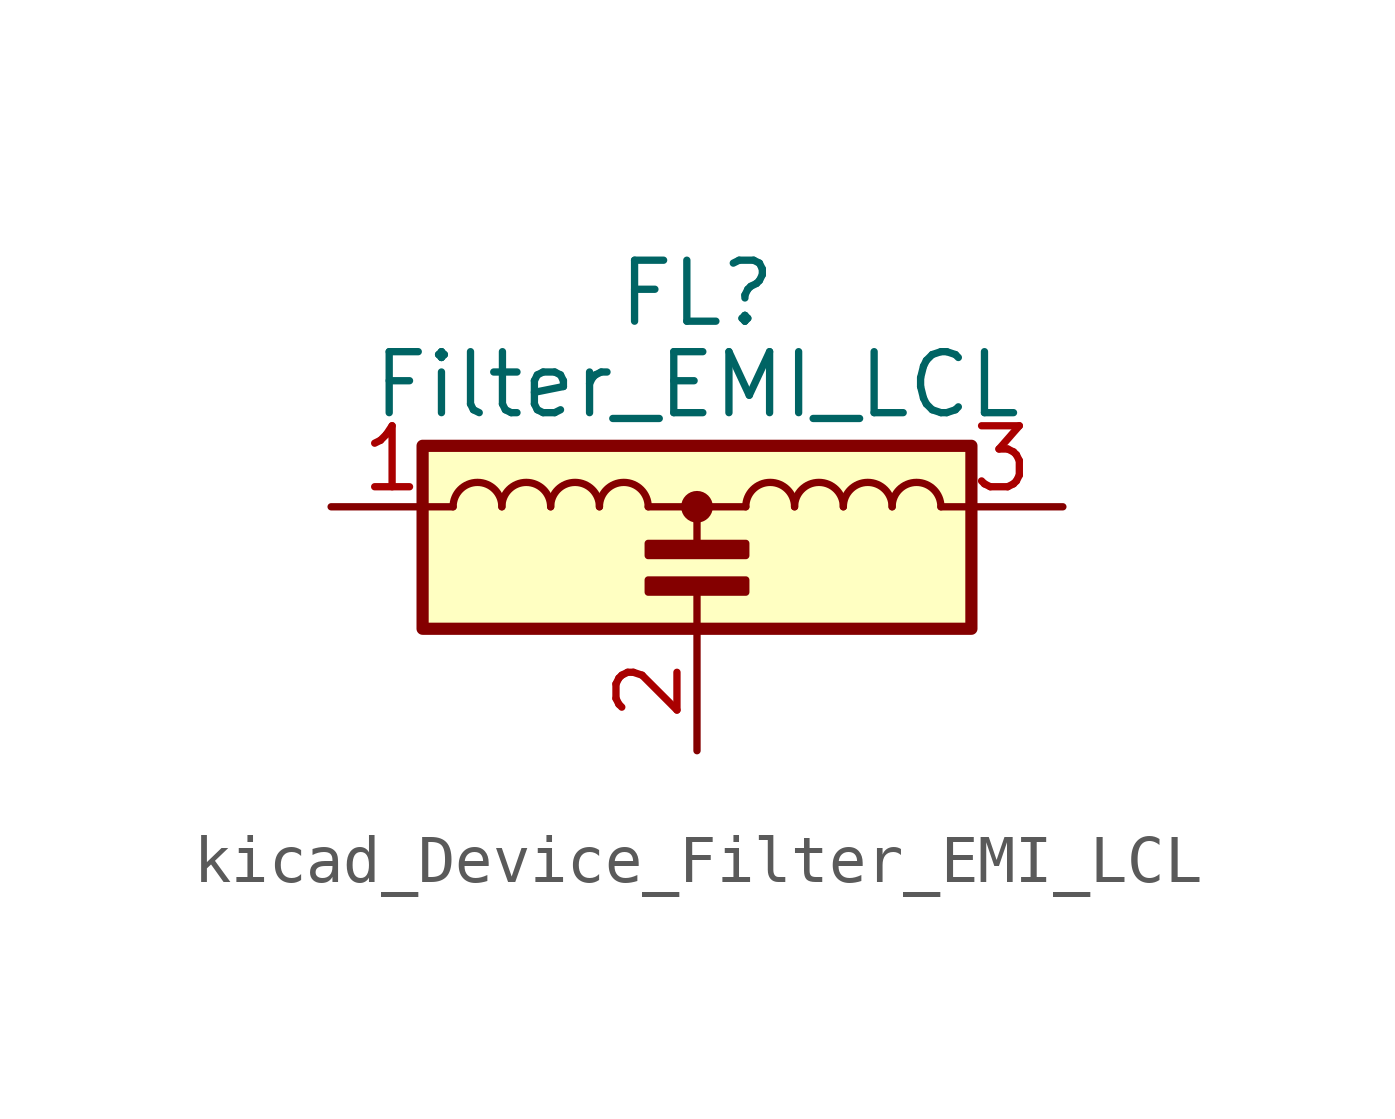
<source format=kicad_sym>
(kicad_symbol_lib
  (version 20220914)
  (generator kicad_symbol_editor)
  (symbol "kicad_Device_Filter_EMI_LCL"
    (pin_names
      (offset 0.254) hide)
    (property "Reference" "FL"
      (at 0 6.985 0)
      (effects (font (size 1.27 1.27))))
    (property "Value" "Filter_EMI_LCL"
      (at 0 5.08 0)
      (effects (font (size 1.27 1.27))))
    (symbol "kicad_Device_Filter_EMI_LCL_0_1"
      (rectangle (start -5.715 3.81) (end 5.715 0) (stroke (width 0.254) (type default)) (fill (type background)))
      (arc (start -4.064 2.54) (mid -4.572 3.0458) (end -5.08 2.54) (stroke (width 0) (type default)) (fill (type none)))
      (arc (start -3.048 2.54) (mid -3.556 3.0458) (end -4.064 2.54) (stroke (width 0) (type default)) (fill (type none)))
      (arc (start -2.032 2.54) (mid -2.54 3.0458) (end -3.048 2.54) (stroke (width 0) (type default)) (fill (type none)))
      (rectangle (start -1.016 0.762) (end 1.016 1.016) (stroke (width 0) (type default)) (fill (type outline)))
      (arc (start -1.016 2.54) (mid -1.524 3.0458) (end -2.032 2.54) (stroke (width 0) (type default)) (fill (type none)))
      (polyline (pts (xy -1.016 2.54) (xy 1.016 2.54)) (stroke (width 0) (type default)) (fill (type none)))
      (polyline (pts (xy 0 0.762) (xy 0 0)) (stroke (width 0) (type default)) (fill (type none)))
      (polyline (pts (xy 0 2.54) (xy 0 1.778)) (stroke (width 0) (type default)) (fill (type none)))
      (circle (center 0 2.54) (radius 0.254) (stroke (width 0) (type default)) (fill (type outline)))
      (rectangle (start 1.016 1.524) (end -1.016 1.778) (stroke (width 0) (type default)) (fill (type outline)))
      (arc (start 2.032 2.54) (mid 1.524 3.0458) (end 1.016 2.54) (stroke (width 0) (type default)) (fill (type none)))
      (arc (start 3.048 2.54) (mid 2.54 3.0458) (end 2.032 2.54) (stroke (width 0) (type default)) (fill (type none)))
      (arc (start 4.064 2.54) (mid 3.556 3.0458) (end 3.048 2.54) (stroke (width 0) (type default)) (fill (type none)))
      (arc (start 5.08 2.54) (mid 4.572 3.0458) (end 4.064 2.54) (stroke (width 0) (type default)) (fill (type none))))
    (symbol "kicad_Device_Filter_EMI_LCL_1_1"
      (pin passive line (at -7.62 2.54 0) (length 2.54) (name "1" (effects (font (size 1.27 1.27)))) (number "1" (effects (font (size 1.27 1.27)))))
      (pin passive line (at 0 -2.54 90) (length 2.54) (name "2" (effects (font (size 1.27 1.27)))) (number "2" (effects (font (size 1.27 1.27)))))
      (pin passive line (at 7.62 2.54 180) (length 2.54) (name "3" (effects (font (size 1.27 1.27)))) (number "3" (effects (font (size 1.27 1.27))))))))
</source>
